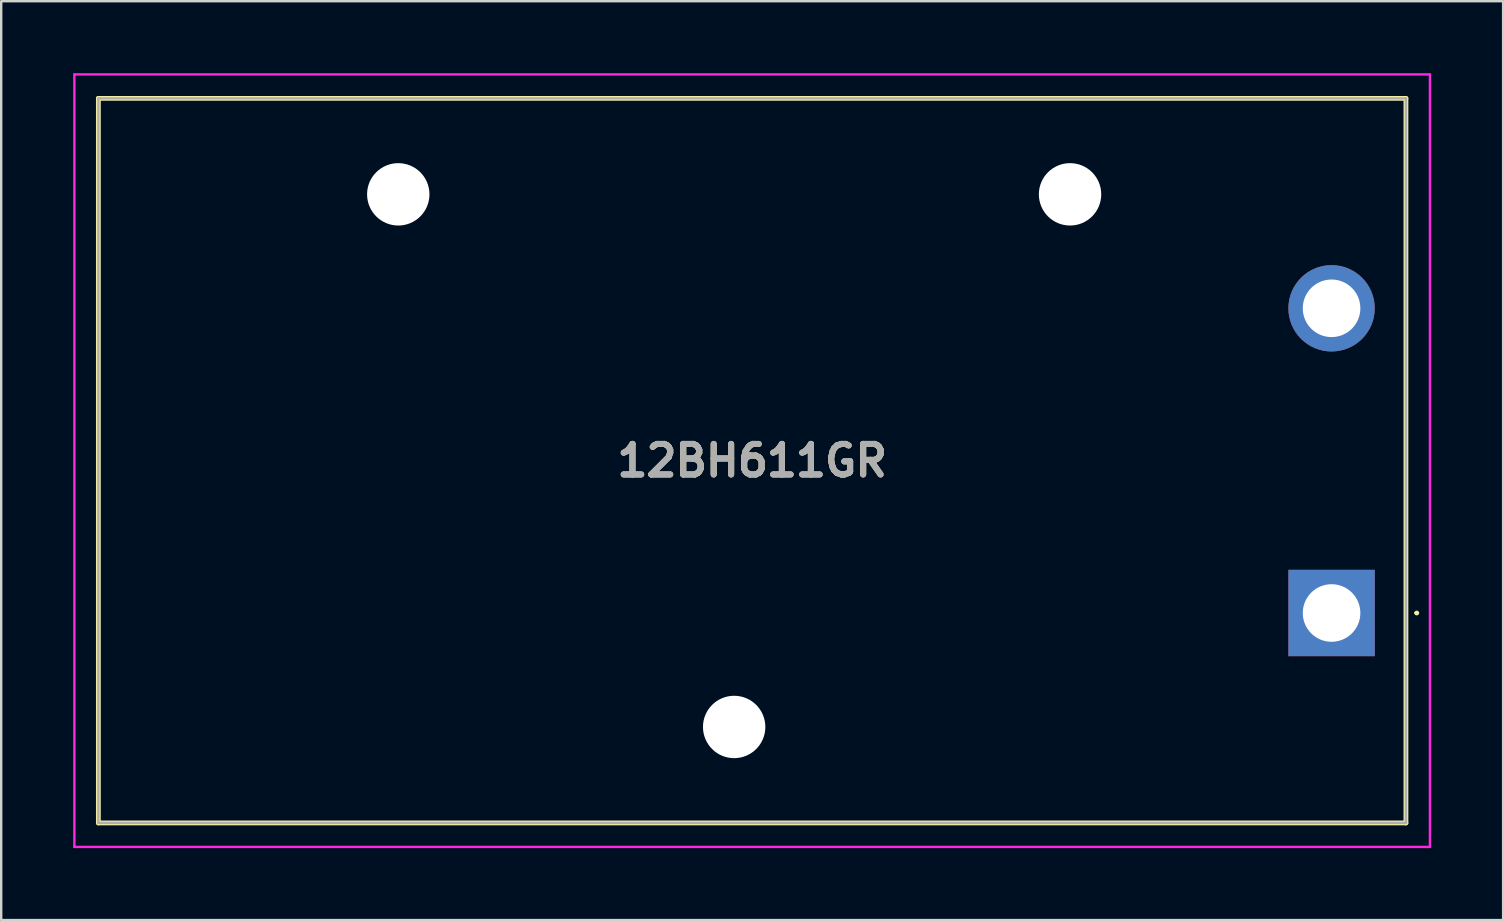
<source format=kicad_pcb>
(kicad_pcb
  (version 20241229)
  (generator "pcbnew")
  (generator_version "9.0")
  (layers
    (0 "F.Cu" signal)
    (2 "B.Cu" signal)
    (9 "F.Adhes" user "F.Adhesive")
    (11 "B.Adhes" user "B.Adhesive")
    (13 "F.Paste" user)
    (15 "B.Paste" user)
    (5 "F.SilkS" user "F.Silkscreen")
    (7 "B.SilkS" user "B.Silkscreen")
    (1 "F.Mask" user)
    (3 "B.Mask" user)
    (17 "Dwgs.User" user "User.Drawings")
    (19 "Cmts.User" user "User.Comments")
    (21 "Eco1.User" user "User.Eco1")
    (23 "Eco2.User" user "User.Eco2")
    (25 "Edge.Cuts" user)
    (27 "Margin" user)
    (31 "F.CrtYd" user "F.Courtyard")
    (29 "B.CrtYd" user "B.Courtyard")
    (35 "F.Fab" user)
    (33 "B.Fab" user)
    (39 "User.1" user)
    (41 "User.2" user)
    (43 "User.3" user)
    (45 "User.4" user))
  (footprint "12BH611GR"
    (layer "F.Cu")
    (at 52.45 22.5)
    (property "Reference" "12BH611GR" (at -24.15 -6.35 0) (layer "F.SilkS") (effects (font (size 1.27 1.27) (thickness 0.254))))
    (attr through_hole)
    (fp_line (start -51.4 -21.45) (end -51.4 8.75) (stroke (width 0.2) (type solid)) (layer "F.SilkS"))
    (fp_line (start -51.4 8.75) (end 3.1 8.75) (stroke (width 0.2) (type solid)) (layer "F.SilkS"))
    (fp_line (start 3.1 -21.45) (end -51.4 -21.45) (stroke (width 0.2) (type solid)) (layer "F.SilkS"))
    (fp_line (start 3.1 8.75) (end 3.1 -21.45) (stroke (width 0.2) (type solid)) (layer "F.SilkS"))
    (fp_line (start 3.5 0) (end 3.5 0) (stroke (width 0.1) (type solid)) (layer "F.SilkS"))
    (fp_line (start 3.6 0) (end 3.6 0) (stroke (width 0.1) (type solid)) (layer "F.SilkS"))
    (fp_arc (start 3.5 0) (mid 3.55 -0.05) (end 3.6 0) (stroke (width 0.1) (type solid)) (layer "F.SilkS"))
    (fp_arc (start 3.6 0) (mid 3.55 0.05) (end 3.5 0) (stroke (width 0.1) (type solid)) (layer "F.SilkS"))
    (fp_line (start -52.4 -22.45) (end 4.1 -22.45) (stroke (width 0.1) (type solid)) (layer "F.CrtYd"))
    (fp_line (start -52.4 9.75) (end -52.4 -22.45) (stroke (width 0.1) (type solid)) (layer "F.CrtYd"))
    (fp_line (start 4.1 -22.45) (end 4.1 9.75) (stroke (width 0.1) (type solid)) (layer "F.CrtYd"))
    (fp_line (start 4.1 9.75) (end -52.4 9.75) (stroke (width 0.1) (type solid)) (layer "F.CrtYd"))
    (fp_line (start -51.4 -21.45) (end 3.1 -21.45) (stroke (width 0.1) (type solid)) (layer "F.Fab"))
    (fp_line (start -51.4 8.75) (end -51.4 -21.45) (stroke (width 0.1) (type solid)) (layer "F.Fab"))
    (fp_line (start 3.1 -21.45) (end 3.1 8.75) (stroke (width 0.1) (type solid)) (layer "F.Fab"))
    (fp_line (start 3.1 8.75) (end -51.4 8.75) (stroke (width 0.1) (type solid)) (layer "F.Fab"))
    (fp_text user "${REFERENCE}" (at -24.15 -6.35 0) (layer "F.Fab") (effects (font (size 1.27 1.27) (thickness 0.254))))
    (pad "" np_thru_hole circle (at -38.9 -17.45) (size 2.6 2.6) (drill 2.6) (layers "*.Cu" "*.Mask"))
    (pad "" np_thru_hole circle (at -24.9 4.75) (size 2.6 2.6) (drill 2.6) (layers "*.Cu" "*.Mask"))
    (pad "" np_thru_hole circle (at -10.9 -17.45) (size 2.6 2.6) (drill 2.6) (layers "*.Cu" "*.Mask"))
    (pad "1" thru_hole rect (at 0 0) (size 3.6 3.6) (drill 2.4) (layers "*.Cu" "*.Mask"))
    (pad "2" thru_hole circle (at 0 -12.7) (size 3.6 3.6) (drill 2.4) (layers "*.Cu" "*.Mask")))
  (gr_rect
    (start -3 -3)
    (end 59.6 35.3)
    (stroke (width 0.1) (type default))
    (fill no)
    (layer "Edge.Cuts")))
</source>
